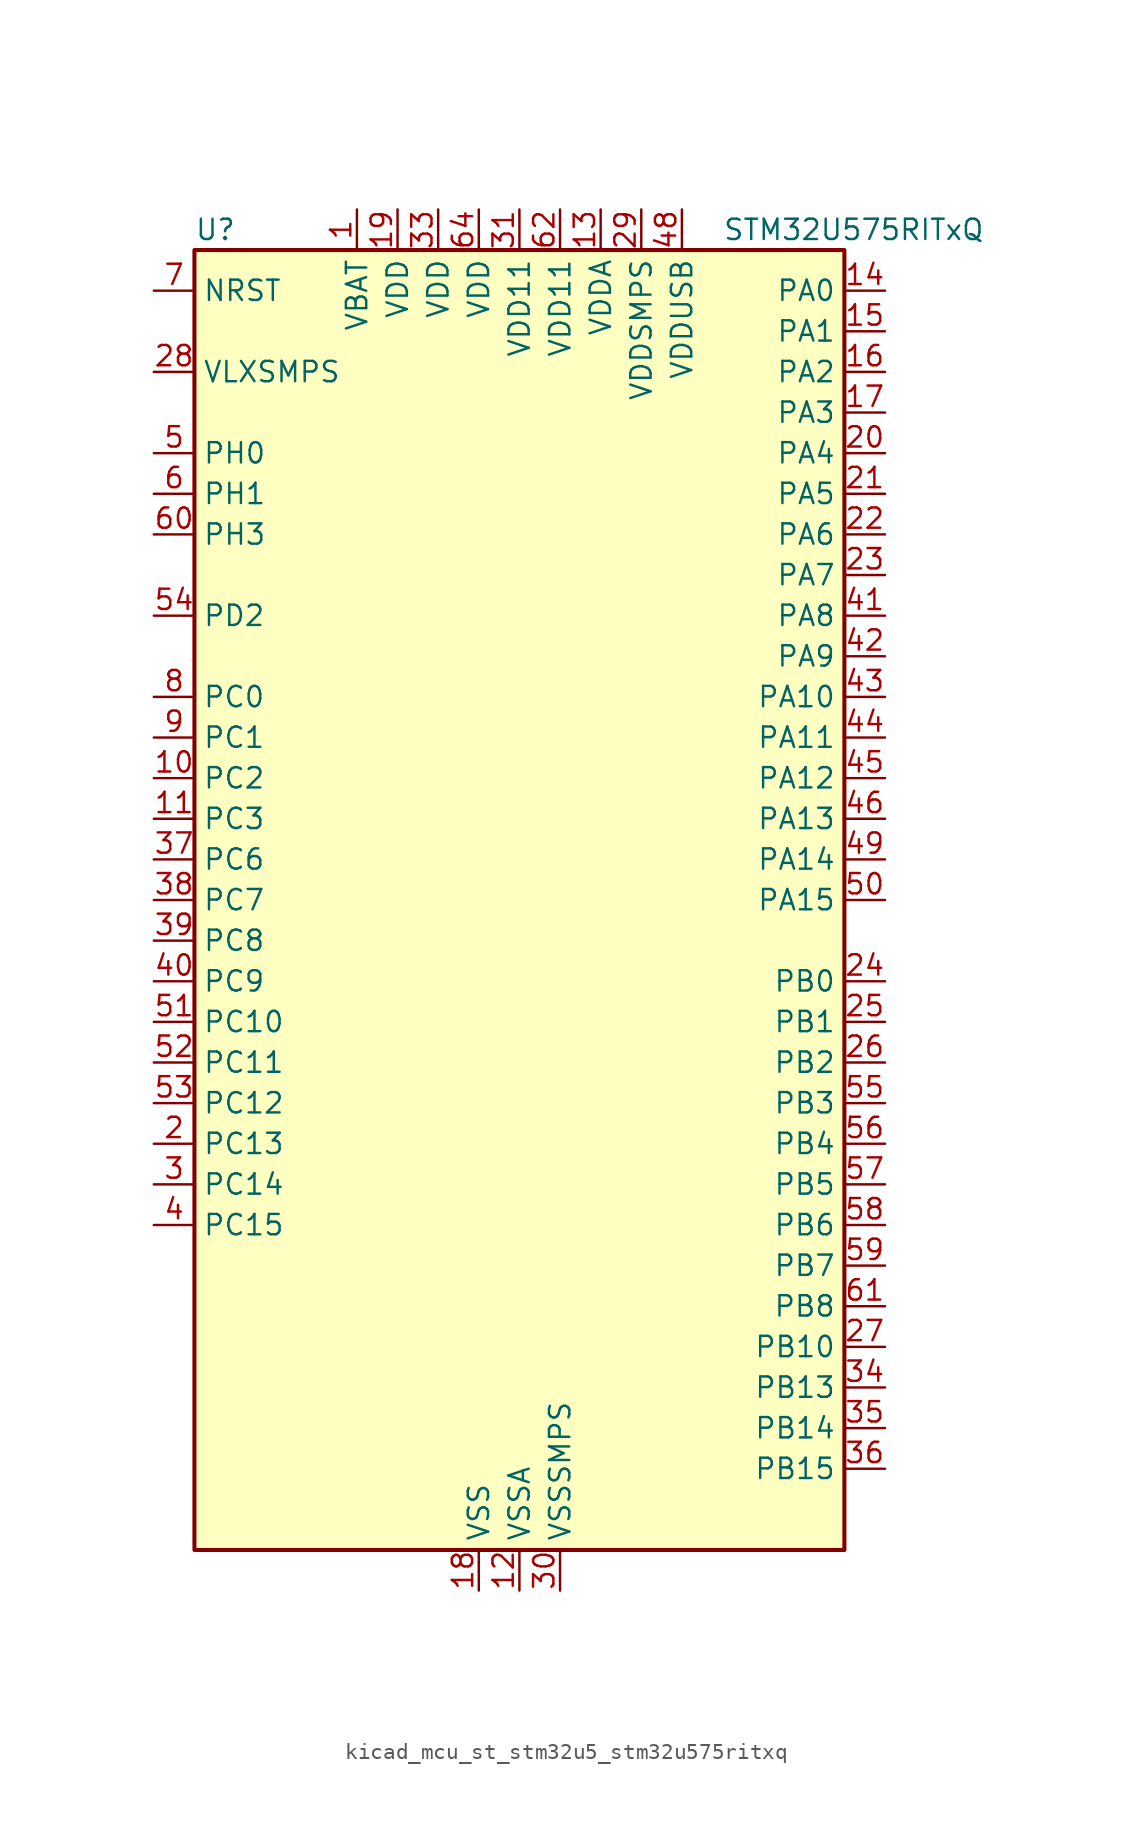
<source format=kicad_sym>
(kicad_symbol_lib
  (version 20220914)
  (generator kicad_symbol_editor)
  (symbol "kicad_mcu_st_stm32u5_stm32u575ritxq"
    (property "Reference" "U"
      (at -20.32 41.91 0)
      (effects (font (size 1.27 1.27)) (justify left)))
    (property "Value" "STM32U575RITxQ"
      (at 12.7 41.91 0)
      (effects (font (size 1.27 1.27)) (justify left)))
    (property "ki_locked" ""
      (at 0 0 0)
      (effects (font (size 1.27 1.27))))
    (symbol "kicad_mcu_st_stm32u5_stm32u575ritxq_0_1"
      (rectangle (start -20.32 -40.64) (end 20.32 40.64) (stroke (width 0.254) (type default)) (fill (type background))))
    (symbol "kicad_mcu_st_stm32u5_stm32u575ritxq_1_1"
      (pin power_in line (at -10.16 43.18 270) (length 2.54) (name "VBAT" (effects (font (size 1.27 1.27)))) (number "1" (effects (font (size 1.27 1.27)))))
      (pin bidirectional line (at -22.86 7.62 0) (length 2.54) (name "PC2" (effects (font (size 1.27 1.27)))) (number "10" (effects (font (size 1.27 1.27)))) (alternate "ADC1_IN3" bidirectional line) (alternate "ADC4_IN3" bidirectional line) (alternate "LPTIM1_IN2" bidirectional line) (alternate "MDF1_CCK1" bidirectional line) (alternate "OCTOSPIM_P1_IO5" bidirectional line) (alternate "SPI2_MISO" bidirectional line))
      (pin bidirectional line (at -22.86 5.08 0) (length 2.54) (name "PC3" (effects (font (size 1.27 1.27)))) (number "11" (effects (font (size 1.27 1.27)))) (alternate "ADC1_IN4" bidirectional line) (alternate "ADC4_IN4" bidirectional line) (alternate "LPTIM1_ETR" bidirectional line) (alternate "LPTIM2_ETR" bidirectional line) (alternate "LPTIM3_CH1" bidirectional line) (alternate "OCTOSPIM_P1_IO6" bidirectional line) (alternate "SAI1_D1" bidirectional line) (alternate "SAI1_SD_A" bidirectional line) (alternate "SPI2_MOSI" bidirectional line))
      (pin power_in line (at 0 -43.18 90) (length 2.54) (name "VSSA" (effects (font (size 1.27 1.27)))) (number "12" (effects (font (size 1.27 1.27)))))
      (pin power_in line (at 5.08 43.18 270) (length 2.54) (name "VDDA" (effects (font (size 1.27 1.27)))) (number "13" (effects (font (size 1.27 1.27)))))
      (pin bidirectional line (at 22.86 38.1 180) (length 2.54) (name "PA0" (effects (font (size 1.27 1.27)))) (number "14" (effects (font (size 1.27 1.27)))) (alternate "ADC1_IN5" bidirectional line) (alternate "AUDIOCLK" bidirectional line) (alternate "OCTOSPIM_P2_NCS" bidirectional line) (alternate "OPAMP1_VINP" bidirectional line) (alternate "PWR_WKUP1" bidirectional line) (alternate "SDMMC2_CMD" bidirectional line) (alternate "SPI3_RDY" bidirectional line) (alternate "TAMP_IN2" bidirectional line) (alternate "TAMP_OUT1" bidirectional line) (alternate "TIM2_CH1" bidirectional line) (alternate "TIM2_ETR" bidirectional line) (alternate "TIM5_CH1" bidirectional line) (alternate "TIM8_ETR" bidirectional line) (alternate "UART4_TX" bidirectional line) (alternate "USART2_CTS" bidirectional line))
      (pin bidirectional line (at 22.86 35.56 180) (length 2.54) (name "PA1" (effects (font (size 1.27 1.27)))) (number "15" (effects (font (size 1.27 1.27)))) (alternate "ADC1_IN6" bidirectional line) (alternate "I2C1_SMBA" bidirectional line) (alternate "LPTIM1_CH2" bidirectional line) (alternate "OCTOSPIM_P1_DQS" bidirectional line) (alternate "OPAMP1_VINM" bidirectional line) (alternate "PWR_WKUP3" bidirectional line) (alternate "SPI1_SCK" bidirectional line) (alternate "TAMP_IN5" bidirectional line) (alternate "TAMP_OUT4" bidirectional line) (alternate "TIM15_CH1N" bidirectional line) (alternate "TIM2_CH2" bidirectional line) (alternate "TIM5_CH2" bidirectional line) (alternate "UART4_RX" bidirectional line) (alternate "USART2_DE" bidirectional line) (alternate "USART2_RTS" bidirectional line))
      (pin bidirectional line (at 22.86 33.02 180) (length 2.54) (name "PA2" (effects (font (size 1.27 1.27)))) (number "16" (effects (font (size 1.27 1.27)))) (alternate "ADC1_IN7" bidirectional line) (alternate "COMP1_INP" bidirectional line) (alternate "LPUART1_TX" bidirectional line) (alternate "OCTOSPIM_P1_NCS" bidirectional line) (alternate "PWR_WKUP4" bidirectional line) (alternate "RCC_LSCO" bidirectional line) (alternate "SPI1_RDY" bidirectional line) (alternate "TIM15_CH1" bidirectional line) (alternate "TIM2_CH3" bidirectional line) (alternate "TIM5_CH3" bidirectional line) (alternate "UCPD1_FRSTX1" bidirectional line) (alternate "USART2_TX" bidirectional line))
      (pin bidirectional line (at 22.86 30.48 180) (length 2.54) (name "PA3" (effects (font (size 1.27 1.27)))) (number "17" (effects (font (size 1.27 1.27)))) (alternate "ADC1_IN8" bidirectional line) (alternate "LPUART1_RX" bidirectional line) (alternate "OCTOSPIM_P1_CLK" bidirectional line) (alternate "OPAMP1_VOUT" bidirectional line) (alternate "PWR_WKUP5" bidirectional line) (alternate "SAI1_CK1" bidirectional line) (alternate "SAI1_MCLK_A" bidirectional line) (alternate "TIM15_CH2" bidirectional line) (alternate "TIM2_CH4" bidirectional line) (alternate "TIM5_CH4" bidirectional line) (alternate "USART2_RX" bidirectional line))
      (pin power_in line (at -2.54 -43.18 90) (length 2.54) (name "VSS" (effects (font (size 1.27 1.27)))) (number "18" (effects (font (size 1.27 1.27)))))
      (pin power_in line (at -7.62 43.18 270) (length 2.54) (name "VDD" (effects (font (size 1.27 1.27)))) (number "19" (effects (font (size 1.27 1.27)))))
      (pin bidirectional line (at -22.86 -15.24 0) (length 2.54) (name "PC13" (effects (font (size 1.27 1.27)))) (number "2" (effects (font (size 1.27 1.27)))) (alternate "PWR_WKUP2" bidirectional line) (alternate "RTC_OUT1" bidirectional line) (alternate "RTC_TS" bidirectional line) (alternate "TAMP_IN1" bidirectional line) (alternate "TAMP_OUT2" bidirectional line))
      (pin bidirectional line (at 22.86 27.94 180) (length 2.54) (name "PA4" (effects (font (size 1.27 1.27)))) (number "20" (effects (font (size 1.27 1.27)))) (alternate "ADC1_IN9" bidirectional line) (alternate "ADC4_IN9" bidirectional line) (alternate "DAC1_OUT1" bidirectional line) (alternate "LPTIM2_CH1" bidirectional line) (alternate "OCTOSPIM_P1_NCS" bidirectional line) (alternate "PWR_WKUP2" bidirectional line) (alternate "SAI1_FS_B" bidirectional line) (alternate "SPI1_NSS" bidirectional line) (alternate "SPI3_NSS" bidirectional line) (alternate "USART2_CK" bidirectional line))
      (pin bidirectional line (at 22.86 25.4 180) (length 2.54) (name "PA5" (effects (font (size 1.27 1.27)))) (number "21" (effects (font (size 1.27 1.27)))) (alternate "ADC1_IN10" bidirectional line) (alternate "ADC4_IN10" bidirectional line) (alternate "DAC1_OUT2" bidirectional line) (alternate "LPTIM2_ETR" bidirectional line) (alternate "PWR_CSLEEP" bidirectional line) (alternate "PWR_WKUP6" bidirectional line) (alternate "SPI1_SCK" bidirectional line) (alternate "TIM2_CH1" bidirectional line) (alternate "TIM2_ETR" bidirectional line) (alternate "TIM8_CH1N" bidirectional line) (alternate "USART3_RX" bidirectional line))
      (pin bidirectional line (at 22.86 22.86 180) (length 2.54) (name "PA6" (effects (font (size 1.27 1.27)))) (number "22" (effects (font (size 1.27 1.27)))) (alternate "ADC1_IN11" bidirectional line) (alternate "ADC4_IN11" bidirectional line) (alternate "LPUART1_CTS" bidirectional line) (alternate "OCTOSPIM_P1_IO3" bidirectional line) (alternate "OPAMP2_VINP" bidirectional line) (alternate "PWR_CDSTOP" bidirectional line) (alternate "PWR_WKUP7" bidirectional line) (alternate "SPI1_MISO" bidirectional line) (alternate "TIM16_CH1" bidirectional line) (alternate "TIM1_BKIN" bidirectional line) (alternate "TIM3_CH1" bidirectional line) (alternate "TIM8_BKIN" bidirectional line) (alternate "USART3_CTS" bidirectional line))
      (pin bidirectional line (at 22.86 20.32 180) (length 2.54) (name "PA7" (effects (font (size 1.27 1.27)))) (number "23" (effects (font (size 1.27 1.27)))) (alternate "ADC1_IN12" bidirectional line) (alternate "ADC4_IN20" bidirectional line) (alternate "I2C3_SCL" bidirectional line) (alternate "LPTIM2_CH2" bidirectional line) (alternate "OCTOSPIM_P1_IO2" bidirectional line) (alternate "OPAMP2_VINM" bidirectional line) (alternate "PWR_SRDSTOP" bidirectional line) (alternate "PWR_WKUP8" bidirectional line) (alternate "SPI1_MOSI" bidirectional line) (alternate "TIM17_CH1" bidirectional line) (alternate "TIM1_CH1N" bidirectional line) (alternate "TIM3_CH2" bidirectional line) (alternate "TIM8_CH1N" bidirectional line) (alternate "USART3_TX" bidirectional line))
      (pin bidirectional line (at 22.86 -5.08 180) (length 2.54) (name "PB0" (effects (font (size 1.27 1.27)))) (number "24" (effects (font (size 1.27 1.27)))) (alternate "ADC1_IN15" bidirectional line) (alternate "ADC4_IN18" bidirectional line) (alternate "AUDIOCLK" bidirectional line) (alternate "COMP1_OUT" bidirectional line) (alternate "LPTIM3_CH1" bidirectional line) (alternate "OCTOSPIM_P1_IO1" bidirectional line) (alternate "OPAMP2_VOUT" bidirectional line) (alternate "SPI1_NSS" bidirectional line) (alternate "TIM1_CH2N" bidirectional line) (alternate "TIM3_CH3" bidirectional line) (alternate "TIM8_CH2N" bidirectional line) (alternate "USART3_CK" bidirectional line))
      (pin bidirectional line (at 22.86 -7.62 180) (length 2.54) (name "PB1" (effects (font (size 1.27 1.27)))) (number "25" (effects (font (size 1.27 1.27)))) (alternate "ADC1_IN16" bidirectional line) (alternate "ADC4_IN19" bidirectional line) (alternate "COMP1_INM" bidirectional line) (alternate "LPTIM2_IN1" bidirectional line) (alternate "LPTIM3_CH2" bidirectional line) (alternate "LPUART1_DE" bidirectional line) (alternate "LPUART1_RTS" bidirectional line) (alternate "MDF1_SDI0" bidirectional line) (alternate "OCTOSPIM_P1_IO0" bidirectional line) (alternate "PWR_WKUP4" bidirectional line) (alternate "TIM1_CH3N" bidirectional line) (alternate "TIM3_CH4" bidirectional line) (alternate "TIM8_CH3N" bidirectional line) (alternate "USART3_DE" bidirectional line) (alternate "USART3_RTS" bidirectional line))
      (pin bidirectional line (at 22.86 -10.16 180) (length 2.54) (name "PB2" (effects (font (size 1.27 1.27)))) (number "26" (effects (font (size 1.27 1.27)))) (alternate "ADC1_IN17" bidirectional line) (alternate "COMP1_INP" bidirectional line) (alternate "I2C3_SMBA" bidirectional line) (alternate "LPTIM1_CH1" bidirectional line) (alternate "MDF1_CKI0" bidirectional line) (alternate "OCTOSPIM_P1_DQS" bidirectional line) (alternate "PWR_WKUP1" bidirectional line) (alternate "RTC_OUT2" bidirectional line) (alternate "SPI1_RDY" bidirectional line) (alternate "TIM8_CH4N" bidirectional line) (alternate "UCPD1_FRSTX1" bidirectional line))
      (pin bidirectional line (at 22.86 -27.94 180) (length 2.54) (name "PB10" (effects (font (size 1.27 1.27)))) (number "27" (effects (font (size 1.27 1.27)))) (alternate "COMP1_OUT" bidirectional line) (alternate "I2C2_SCL" bidirectional line) (alternate "I2C4_SCL" bidirectional line) (alternate "LPTIM3_CH1" bidirectional line) (alternate "LPUART1_RX" bidirectional line) (alternate "OCTOSPIM_P1_CLK" bidirectional line) (alternate "PWR_WKUP8" bidirectional line) (alternate "SAI1_SCK_A" bidirectional line) (alternate "SPI2_SCK" bidirectional line) (alternate "TIM2_CH3" bidirectional line) (alternate "TSC_SYNC" bidirectional line) (alternate "USART3_TX" bidirectional line))
      (pin power_in line (at -22.86 33.02 0) (length 2.54) (name "VLXSMPS" (effects (font (size 1.27 1.27)))) (number "28" (effects (font (size 1.27 1.27)))))
      (pin power_in line (at 7.62 43.18 270) (length 2.54) (name "VDDSMPS" (effects (font (size 1.27 1.27)))) (number "29" (effects (font (size 1.27 1.27)))))
      (pin bidirectional line (at -22.86 -17.78 0) (length 2.54) (name "PC14" (effects (font (size 1.27 1.27)))) (number "3" (effects (font (size 1.27 1.27)))) (alternate "RCC_OSC32_IN" bidirectional line))
      (pin power_in line (at 2.54 -43.18 90) (length 2.54) (name "VSSSMPS" (effects (font (size 1.27 1.27)))) (number "30" (effects (font (size 1.27 1.27)))))
      (pin power_in line (at 0 43.18 270) (length 2.54) (name "VDD11" (effects (font (size 1.27 1.27)))) (number "31" (effects (font (size 1.27 1.27)))))
      (pin passive line (at -2.54 -43.18 90) (length 2.54) hide (name "VSS" (effects (font (size 1.27 1.27)))) (number "32" (effects (font (size 1.27 1.27)))))
      (pin power_in line (at -5.08 43.18 270) (length 2.54) (name "VDD" (effects (font (size 1.27 1.27)))) (number "33" (effects (font (size 1.27 1.27)))))
      (pin bidirectional line (at 22.86 -30.48 180) (length 2.54) (name "PB13" (effects (font (size 1.27 1.27)))) (number "34" (effects (font (size 1.27 1.27)))) (alternate "I2C2_SCL" bidirectional line) (alternate "LPTIM3_IN1" bidirectional line) (alternate "LPUART1_CTS" bidirectional line) (alternate "MDF1_CKI1" bidirectional line) (alternate "SPI2_SCK" bidirectional line) (alternate "TIM15_CH1N" bidirectional line) (alternate "TIM1_CH1N" bidirectional line) (alternate "TSC_G1_IO2" bidirectional line) (alternate "USART3_CTS" bidirectional line))
      (pin bidirectional line (at 22.86 -33.02 180) (length 2.54) (name "PB14" (effects (font (size 1.27 1.27)))) (number "35" (effects (font (size 1.27 1.27)))) (alternate "I2C2_SDA" bidirectional line) (alternate "LPTIM3_ETR" bidirectional line) (alternate "MDF1_SDI2" bidirectional line) (alternate "SDMMC2_D0" bidirectional line) (alternate "SPI2_MISO" bidirectional line) (alternate "TIM15_CH1" bidirectional line) (alternate "TIM1_CH2N" bidirectional line) (alternate "TIM8_CH2N" bidirectional line) (alternate "TSC_G1_IO3" bidirectional line) (alternate "UCPD1_DBCC2" bidirectional line) (alternate "USART3_DE" bidirectional line) (alternate "USART3_RTS" bidirectional line))
      (pin bidirectional line (at 22.86 -35.56 180) (length 2.54) (name "PB15" (effects (font (size 1.27 1.27)))) (number "36" (effects (font (size 1.27 1.27)))) (alternate "ADC1_EXTI15" bidirectional line) (alternate "ADC4_EXTI15" bidirectional line) (alternate "LPTIM2_IN2" bidirectional line) (alternate "MDF1_CKI2" bidirectional line) (alternate "PWR_WKUP7" bidirectional line) (alternate "RTC_REFIN" bidirectional line) (alternate "SDMMC2_D1" bidirectional line) (alternate "SPI2_MOSI" bidirectional line) (alternate "TIM15_CH2" bidirectional line) (alternate "TIM1_CH3N" bidirectional line) (alternate "TIM8_CH3N" bidirectional line) (alternate "UCPD1_CC2" bidirectional line))
      (pin bidirectional line (at -22.86 2.54 0) (length 2.54) (name "PC6" (effects (font (size 1.27 1.27)))) (number "37" (effects (font (size 1.27 1.27)))) (alternate "MDF1_CKI3" bidirectional line) (alternate "PWR_CSLEEP" bidirectional line) (alternate "SDMMC1_D0DIR" bidirectional line) (alternate "SDMMC1_D6" bidirectional line) (alternate "SDMMC2_D6" bidirectional line) (alternate "TIM3_CH1" bidirectional line) (alternate "TIM8_CH1" bidirectional line) (alternate "TSC_G4_IO1" bidirectional line))
      (pin bidirectional line (at -22.86 0 0) (length 2.54) (name "PC7" (effects (font (size 1.27 1.27)))) (number "38" (effects (font (size 1.27 1.27)))) (alternate "LPTIM2_CH2" bidirectional line) (alternate "MDF1_SDI3" bidirectional line) (alternate "PWR_CDSTOP" bidirectional line) (alternate "SDMMC1_D123DIR" bidirectional line) (alternate "SDMMC1_D7" bidirectional line) (alternate "SDMMC2_D7" bidirectional line) (alternate "TIM3_CH2" bidirectional line) (alternate "TIM8_CH2" bidirectional line) (alternate "TSC_G4_IO2" bidirectional line))
      (pin bidirectional line (at -22.86 -2.54 0) (length 2.54) (name "PC8" (effects (font (size 1.27 1.27)))) (number "39" (effects (font (size 1.27 1.27)))) (alternate "LPTIM3_CH1" bidirectional line) (alternate "PWR_SRDSTOP" bidirectional line) (alternate "SDMMC1_D0" bidirectional line) (alternate "TIM3_CH3" bidirectional line) (alternate "TIM8_CH3" bidirectional line) (alternate "TSC_G4_IO3" bidirectional line))
      (pin bidirectional line (at -22.86 -20.32 0) (length 2.54) (name "PC15" (effects (font (size 1.27 1.27)))) (number "4" (effects (font (size 1.27 1.27)))) (alternate "ADC1_EXTI15" bidirectional line) (alternate "ADC4_EXTI15" bidirectional line) (alternate "RCC_OSC32_OUT" bidirectional line))
      (pin bidirectional line (at -22.86 -5.08 0) (length 2.54) (name "PC9" (effects (font (size 1.27 1.27)))) (number "40" (effects (font (size 1.27 1.27)))) (alternate "DAC1_EXTI9" bidirectional line) (alternate "DEBUG_TRACED0" bidirectional line) (alternate "LPTIM3_CH2" bidirectional line) (alternate "SDMMC1_D1" bidirectional line) (alternate "TIM3_CH4" bidirectional line) (alternate "TIM8_BKIN2" bidirectional line) (alternate "TIM8_CH4" bidirectional line) (alternate "TSC_G4_IO4" bidirectional line) (alternate "USB_OTG_FS_NOE" bidirectional line))
      (pin bidirectional line (at 22.86 17.78 180) (length 2.54) (name "PA8" (effects (font (size 1.27 1.27)))) (number "41" (effects (font (size 1.27 1.27)))) (alternate "DEBUG_TRACECLK" bidirectional line) (alternate "LPTIM2_CH1" bidirectional line) (alternate "RCC_MCO" bidirectional line) (alternate "SAI1_CK2" bidirectional line) (alternate "SAI1_SCK_A" bidirectional line) (alternate "SPI1_RDY" bidirectional line) (alternate "TIM1_CH1" bidirectional line) (alternate "USART1_CK" bidirectional line) (alternate "USB_OTG_FS_SOF" bidirectional line))
      (pin bidirectional line (at 22.86 15.24 180) (length 2.54) (name "PA9" (effects (font (size 1.27 1.27)))) (number "42" (effects (font (size 1.27 1.27)))) (alternate "DAC1_EXTI9" bidirectional line) (alternate "SAI1_FS_A" bidirectional line) (alternate "SPI2_SCK" bidirectional line) (alternate "TIM15_BKIN" bidirectional line) (alternate "TIM1_CH2" bidirectional line) (alternate "USART1_TX" bidirectional line) (alternate "USB_OTG_FS_VBUS" bidirectional line))
      (pin bidirectional line (at 22.86 12.7 180) (length 2.54) (name "PA10" (effects (font (size 1.27 1.27)))) (number "43" (effects (font (size 1.27 1.27)))) (alternate "CRS_SYNC" bidirectional line) (alternate "LPTIM2_IN2" bidirectional line) (alternate "SAI1_D1" bidirectional line) (alternate "SAI1_SD_A" bidirectional line) (alternate "TIM17_BKIN" bidirectional line) (alternate "TIM1_CH3" bidirectional line) (alternate "USART1_RX" bidirectional line) (alternate "USB_OTG_FS_ID" bidirectional line))
      (pin bidirectional line (at 22.86 10.16 180) (length 2.54) (name "PA11" (effects (font (size 1.27 1.27)))) (number "44" (effects (font (size 1.27 1.27)))) (alternate "ADC1_EXTI11" bidirectional line) (alternate "FDCAN1_RX" bidirectional line) (alternate "SPI1_MISO" bidirectional line) (alternate "TIM1_BKIN2" bidirectional line) (alternate "TIM1_CH4" bidirectional line) (alternate "USART1_CTS" bidirectional line) (alternate "USB_OTG_FS_DM" bidirectional line))
      (pin bidirectional line (at 22.86 7.62 180) (length 2.54) (name "PA12" (effects (font (size 1.27 1.27)))) (number "45" (effects (font (size 1.27 1.27)))) (alternate "FDCAN1_TX" bidirectional line) (alternate "OCTOSPIM_P2_NCS" bidirectional line) (alternate "SPI1_MOSI" bidirectional line) (alternate "TIM1_ETR" bidirectional line) (alternate "USART1_DE" bidirectional line) (alternate "USART1_RTS" bidirectional line) (alternate "USB_OTG_FS_DP" bidirectional line))
      (pin bidirectional line (at 22.86 5.08 180) (length 2.54) (name "PA13" (effects (font (size 1.27 1.27)))) (number "46" (effects (font (size 1.27 1.27)))) (alternate "DEBUG_JTMS-SWDIO" bidirectional line) (alternate "IR_OUT" bidirectional line) (alternate "SAI1_SD_B" bidirectional line) (alternate "USB_OTG_FS_NOE" bidirectional line))
      (pin passive line (at -2.54 -43.18 90) (length 2.54) hide (name "VSS" (effects (font (size 1.27 1.27)))) (number "47" (effects (font (size 1.27 1.27)))))
      (pin power_in line (at 10.16 43.18 270) (length 2.54) (name "VDDUSB" (effects (font (size 1.27 1.27)))) (number "48" (effects (font (size 1.27 1.27)))))
      (pin bidirectional line (at 22.86 2.54 180) (length 2.54) (name "PA14" (effects (font (size 1.27 1.27)))) (number "49" (effects (font (size 1.27 1.27)))) (alternate "DEBUG_JTCK-SWCLK" bidirectional line) (alternate "I2C1_SMBA" bidirectional line) (alternate "I2C4_SMBA" bidirectional line) (alternate "LPTIM1_CH1" bidirectional line) (alternate "SAI1_FS_B" bidirectional line) (alternate "USB_OTG_FS_SOF" bidirectional line))
      (pin bidirectional line (at -22.86 27.94 0) (length 2.54) (name "PH0" (effects (font (size 1.27 1.27)))) (number "5" (effects (font (size 1.27 1.27)))) (alternate "RCC_OSC_IN" bidirectional line))
      (pin bidirectional line (at 22.86 0 180) (length 2.54) (name "PA15" (effects (font (size 1.27 1.27)))) (number "50" (effects (font (size 1.27 1.27)))) (alternate "ADC1_EXTI15" bidirectional line) (alternate "ADC4_EXTI15" bidirectional line) (alternate "DEBUG_JTDI" bidirectional line) (alternate "SPI1_NSS" bidirectional line) (alternate "SPI3_NSS" bidirectional line) (alternate "TIM2_CH1" bidirectional line) (alternate "TIM2_ETR" bidirectional line) (alternate "UART4_DE" bidirectional line) (alternate "UART4_RTS" bidirectional line) (alternate "UCPD1_CC1" bidirectional line) (alternate "USART2_RX" bidirectional line) (alternate "USART3_DE" bidirectional line) (alternate "USART3_RTS" bidirectional line))
      (pin bidirectional line (at -22.86 -7.62 0) (length 2.54) (name "PC10" (effects (font (size 1.27 1.27)))) (number "51" (effects (font (size 1.27 1.27)))) (alternate "ADF1_CCK1" bidirectional line) (alternate "DEBUG_TRACED1" bidirectional line) (alternate "LPTIM3_ETR" bidirectional line) (alternate "SDMMC1_D2" bidirectional line) (alternate "SPI3_SCK" bidirectional line) (alternate "TSC_G3_IO2" bidirectional line) (alternate "UART4_TX" bidirectional line) (alternate "USART3_TX" bidirectional line))
      (pin bidirectional line (at -22.86 -10.16 0) (length 2.54) (name "PC11" (effects (font (size 1.27 1.27)))) (number "52" (effects (font (size 1.27 1.27)))) (alternate "ADC1_EXTI11" bidirectional line) (alternate "ADF1_SDI0" bidirectional line) (alternate "LPTIM3_IN1" bidirectional line) (alternate "OCTOSPIM_P1_NCS" bidirectional line) (alternate "SDMMC1_D3" bidirectional line) (alternate "SPI3_MISO" bidirectional line) (alternate "TSC_G3_IO3" bidirectional line) (alternate "UART4_RX" bidirectional line) (alternate "UCPD1_FRSTX2" bidirectional line) (alternate "USART3_RX" bidirectional line))
      (pin bidirectional line (at -22.86 -12.7 0) (length 2.54) (name "PC12" (effects (font (size 1.27 1.27)))) (number "53" (effects (font (size 1.27 1.27)))) (alternate "DEBUG_TRACED3" bidirectional line) (alternate "SDMMC1_CK" bidirectional line) (alternate "SPI3_MOSI" bidirectional line) (alternate "TSC_G3_IO4" bidirectional line) (alternate "UART5_TX" bidirectional line) (alternate "USART3_CK" bidirectional line))
      (pin bidirectional line (at -22.86 17.78 0) (length 2.54) (name "PD2" (effects (font (size 1.27 1.27)))) (number "54" (effects (font (size 1.27 1.27)))) (alternate "DEBUG_TRACED2" bidirectional line) (alternate "LPTIM4_ETR" bidirectional line) (alternate "SDMMC1_CMD" bidirectional line) (alternate "TIM3_ETR" bidirectional line) (alternate "TSC_SYNC" bidirectional line) (alternate "UART5_RX" bidirectional line) (alternate "USART3_DE" bidirectional line) (alternate "USART3_RTS" bidirectional line))
      (pin bidirectional line (at 22.86 -12.7 180) (length 2.54) (name "PB3" (effects (font (size 1.27 1.27)))) (number "55" (effects (font (size 1.27 1.27)))) (alternate "ADF1_CCK0" bidirectional line) (alternate "COMP2_INM" bidirectional line) (alternate "CRS_SYNC" bidirectional line) (alternate "DEBUG_JTDO-SWO" bidirectional line) (alternate "I2C1_SDA" bidirectional line) (alternate "LPTIM1_CH1" bidirectional line) (alternate "SAI1_SCK_B" bidirectional line) (alternate "SDMMC2_D2" bidirectional line) (alternate "SPI1_SCK" bidirectional line) (alternate "SPI3_SCK" bidirectional line) (alternate "TIM2_CH2" bidirectional line) (alternate "USART1_DE" bidirectional line) (alternate "USART1_RTS" bidirectional line))
      (pin bidirectional line (at 22.86 -15.24 180) (length 2.54) (name "PB4" (effects (font (size 1.27 1.27)))) (number "56" (effects (font (size 1.27 1.27)))) (alternate "ADF1_SDI0" bidirectional line) (alternate "COMP2_INP" bidirectional line) (alternate "DEBUG_JTRST" bidirectional line) (alternate "I2C3_SDA" bidirectional line) (alternate "LPTIM1_CH2" bidirectional line) (alternate "SAI1_MCLK_B" bidirectional line) (alternate "SDMMC2_D3" bidirectional line) (alternate "SPI1_MISO" bidirectional line) (alternate "SPI3_MISO" bidirectional line) (alternate "TIM17_BKIN" bidirectional line) (alternate "TIM3_CH1" bidirectional line) (alternate "TSC_G2_IO1" bidirectional line) (alternate "UART5_DE" bidirectional line) (alternate "UART5_RTS" bidirectional line) (alternate "USART1_CTS" bidirectional line))
      (pin bidirectional line (at 22.86 -17.78 180) (length 2.54) (name "PB5" (effects (font (size 1.27 1.27)))) (number "57" (effects (font (size 1.27 1.27)))) (alternate "COMP2_OUT" bidirectional line) (alternate "I2C1_SMBA" bidirectional line) (alternate "LPTIM1_IN1" bidirectional line) (alternate "OCTOSPIM_P1_NCLK" bidirectional line) (alternate "PWR_WKUP6" bidirectional line) (alternate "SAI1_SD_B" bidirectional line) (alternate "SPI1_MOSI" bidirectional line) (alternate "SPI3_MOSI" bidirectional line) (alternate "TIM16_BKIN" bidirectional line) (alternate "TIM3_CH2" bidirectional line) (alternate "TSC_G2_IO2" bidirectional line) (alternate "UART5_CTS" bidirectional line) (alternate "UCPD1_DBCC1" bidirectional line) (alternate "USART1_CK" bidirectional line))
      (pin bidirectional line (at 22.86 -20.32 180) (length 2.54) (name "PB6" (effects (font (size 1.27 1.27)))) (number "58" (effects (font (size 1.27 1.27)))) (alternate "COMP2_INP" bidirectional line) (alternate "I2C1_SCL" bidirectional line) (alternate "I2C4_SCL" bidirectional line) (alternate "LPTIM1_ETR" bidirectional line) (alternate "MDF1_SDI5" bidirectional line) (alternate "PWR_WKUP3" bidirectional line) (alternate "SAI1_FS_B" bidirectional line) (alternate "TIM16_CH1N" bidirectional line) (alternate "TIM4_CH1" bidirectional line) (alternate "TIM8_BKIN2" bidirectional line) (alternate "TSC_G2_IO3" bidirectional line) (alternate "USART1_TX" bidirectional line))
      (pin bidirectional line (at 22.86 -22.86 180) (length 2.54) (name "PB7" (effects (font (size 1.27 1.27)))) (number "59" (effects (font (size 1.27 1.27)))) (alternate "COMP2_INM" bidirectional line) (alternate "I2C1_SDA" bidirectional line) (alternate "I2C4_SDA" bidirectional line) (alternate "LPTIM1_IN2" bidirectional line) (alternate "MDF1_CKI5" bidirectional line) (alternate "PWR_PVD_IN" bidirectional line) (alternate "PWR_WKUP4" bidirectional line) (alternate "TIM17_CH1N" bidirectional line) (alternate "TIM4_CH2" bidirectional line) (alternate "TIM8_BKIN" bidirectional line) (alternate "TSC_G2_IO4" bidirectional line) (alternate "UART4_CTS" bidirectional line) (alternate "USART1_RX" bidirectional line))
      (pin bidirectional line (at -22.86 25.4 0) (length 2.54) (name "PH1" (effects (font (size 1.27 1.27)))) (number "6" (effects (font (size 1.27 1.27)))) (alternate "RCC_OSC_OUT" bidirectional line))
      (pin bidirectional line (at -22.86 22.86 0) (length 2.54) (name "PH3" (effects (font (size 1.27 1.27)))) (number "60" (effects (font (size 1.27 1.27)))))
      (pin bidirectional line (at 22.86 -25.4 180) (length 2.54) (name "PB8" (effects (font (size 1.27 1.27)))) (number "61" (effects (font (size 1.27 1.27)))) (alternate "FDCAN1_RX" bidirectional line) (alternate "I2C1_SCL" bidirectional line) (alternate "MDF1_CCK0" bidirectional line) (alternate "PWR_WKUP5" bidirectional line) (alternate "SAI1_CK1" bidirectional line) (alternate "SAI1_MCLK_A" bidirectional line) (alternate "SDMMC1_CKIN" bidirectional line) (alternate "SDMMC1_D4" bidirectional line) (alternate "SDMMC2_D4" bidirectional line) (alternate "SPI3_RDY" bidirectional line) (alternate "TIM16_CH1" bidirectional line) (alternate "TIM4_CH3" bidirectional line))
      (pin power_in line (at 2.54 43.18 270) (length 2.54) (name "VDD11" (effects (font (size 1.27 1.27)))) (number "62" (effects (font (size 1.27 1.27)))))
      (pin passive line (at -2.54 -43.18 90) (length 2.54) hide (name "VSS" (effects (font (size 1.27 1.27)))) (number "63" (effects (font (size 1.27 1.27)))))
      (pin power_in line (at -2.54 43.18 270) (length 2.54) (name "VDD" (effects (font (size 1.27 1.27)))) (number "64" (effects (font (size 1.27 1.27)))))
      (pin input line (at -22.86 38.1 0) (length 2.54) (name "NRST" (effects (font (size 1.27 1.27)))) (number "7" (effects (font (size 1.27 1.27)))))
      (pin bidirectional line (at -22.86 12.7 0) (length 2.54) (name "PC0" (effects (font (size 1.27 1.27)))) (number "8" (effects (font (size 1.27 1.27)))) (alternate "ADC1_IN1" bidirectional line) (alternate "ADC4_IN1" bidirectional line) (alternate "I2C3_SCL" bidirectional line) (alternate "LPTIM1_IN1" bidirectional line) (alternate "LPTIM2_IN1" bidirectional line) (alternate "LPUART1_RX" bidirectional line) (alternate "MDF1_SDI4" bidirectional line) (alternate "OCTOSPIM_P1_IO7" bidirectional line) (alternate "SDMMC1_D5" bidirectional line) (alternate "SPI2_RDY" bidirectional line))
      (pin bidirectional line (at -22.86 10.16 0) (length 2.54) (name "PC1" (effects (font (size 1.27 1.27)))) (number "9" (effects (font (size 1.27 1.27)))) (alternate "ADC1_IN2" bidirectional line) (alternate "ADC4_IN2" bidirectional line) (alternate "DEBUG_TRACED0" bidirectional line) (alternate "I2C3_SDA" bidirectional line) (alternate "LPTIM1_CH1" bidirectional line) (alternate "LPUART1_TX" bidirectional line) (alternate "MDF1_CKI4" bidirectional line) (alternate "OCTOSPIM_P1_IO4" bidirectional line) (alternate "SAI1_SD_A" bidirectional line) (alternate "SDMMC2_CK" bidirectional line) (alternate "SPI2_MOSI" bidirectional line)))))
</source>
